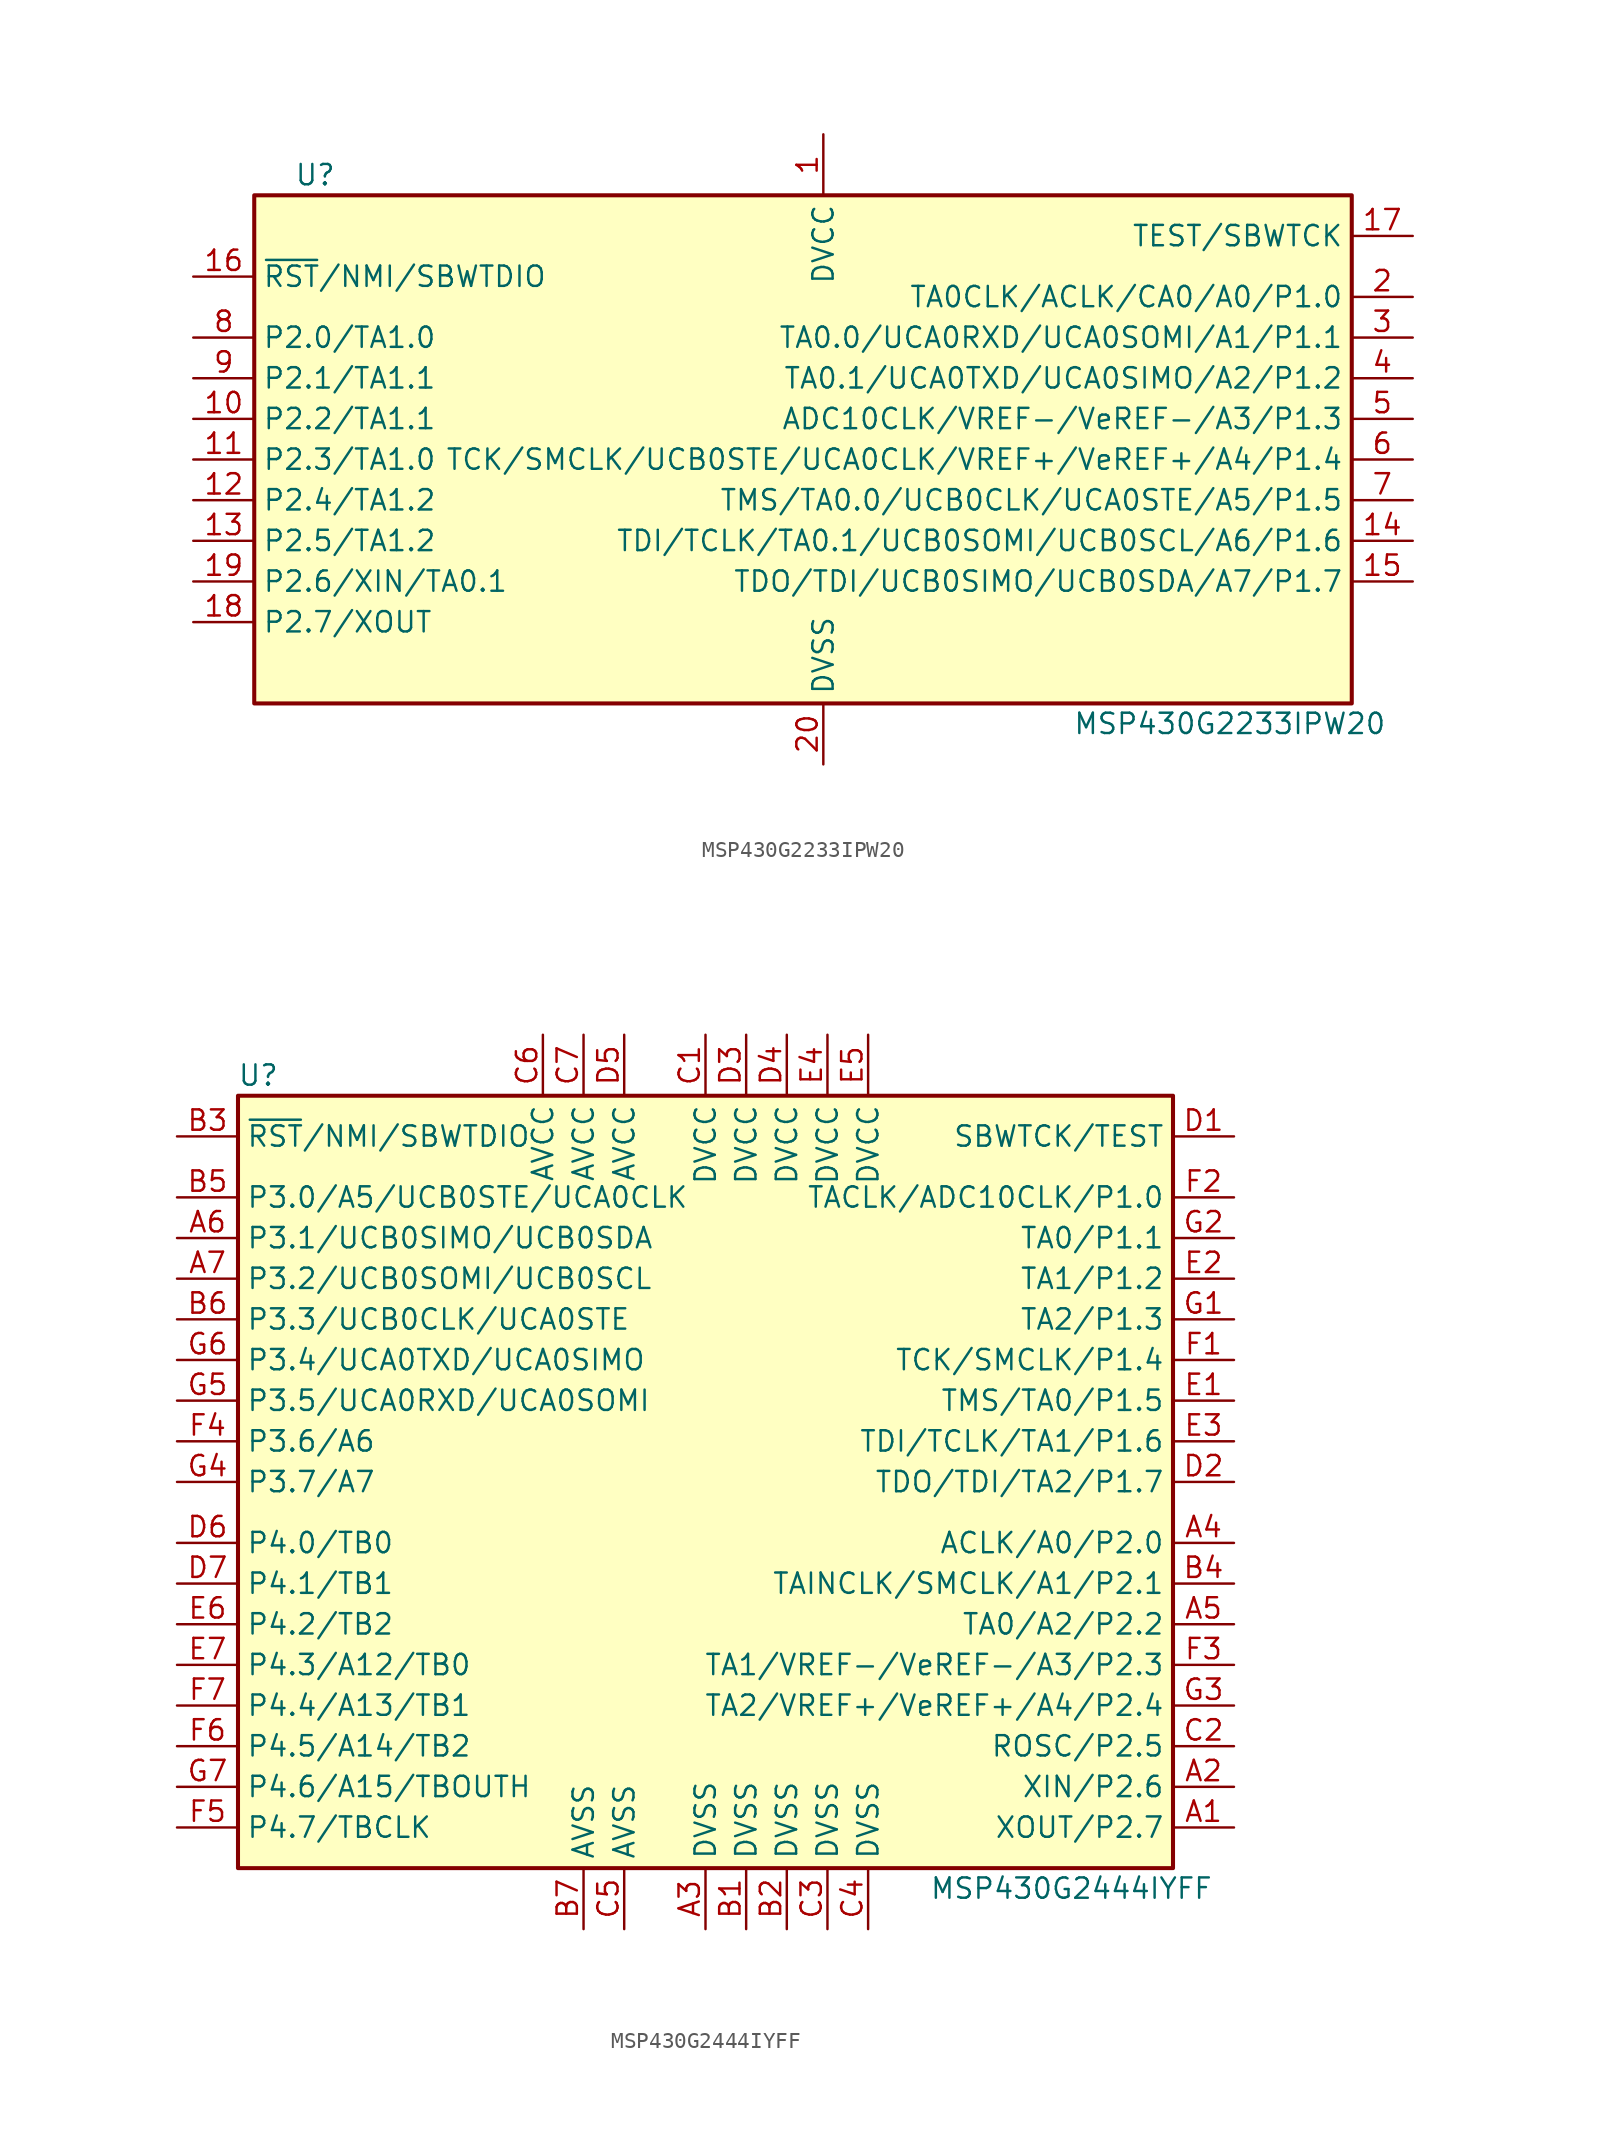
<source format=kicad_sym>
(kicad_symbol_lib
  (version 20241209)
  (generator "kicad_symbol_editor")
  (generator_version "9.0")
  (symbol "MSP430G2233IPW20"
    (property "Reference" "U"
      (at -30.48 17.78 0)
      (effects (font (size 1.27 1.27))))
    (property "Value" "MSP430G2233IPW20"
      (at 26.67 -16.51 0)
      (effects (font (size 1.27 1.27))))
    (symbol "MSP430G2233IPW20_0_1"
      (rectangle (start -34.29 16.51) (end 34.29 -15.24) (stroke (width 0.254) (type default)) (fill (type background))))
    (symbol "MSP430G2233IPW20_1_1"
      (pin input line (at -38.1 11.43 0) (length 3.81) (name "~{RST}/NMI/SBWTDIO" (effects (font (size 1.27 1.27)))) (number "16" (effects (font (size 1.27 1.27)))))
      (pin bidirectional line (at -38.1 7.62 0) (length 3.81) (name "P2.0/TA1.0" (effects (font (size 1.27 1.27)))) (number "8" (effects (font (size 1.27 1.27)))))
      (pin bidirectional line (at -38.1 5.08 0) (length 3.81) (name "P2.1/TA1.1" (effects (font (size 1.27 1.27)))) (number "9" (effects (font (size 1.27 1.27)))))
      (pin bidirectional line (at -38.1 2.54 0) (length 3.81) (name "P2.2/TA1.1" (effects (font (size 1.27 1.27)))) (number "10" (effects (font (size 1.27 1.27)))))
      (pin bidirectional line (at -38.1 0 0) (length 3.81) (name "P2.3/TA1.0" (effects (font (size 1.27 1.27)))) (number "11" (effects (font (size 1.27 1.27)))))
      (pin bidirectional line (at -38.1 -2.54 0) (length 3.81) (name "P2.4/TA1.2" (effects (font (size 1.27 1.27)))) (number "12" (effects (font (size 1.27 1.27)))))
      (pin bidirectional line (at -38.1 -5.08 0) (length 3.81) (name "P2.5/TA1.2" (effects (font (size 1.27 1.27)))) (number "13" (effects (font (size 1.27 1.27)))))
      (pin bidirectional line (at -38.1 -7.62 0) (length 3.81) (name "P2.6/XIN/TA0.1" (effects (font (size 1.27 1.27)))) (number "19" (effects (font (size 1.27 1.27)))))
      (pin bidirectional line (at -38.1 -10.16 0) (length 3.81) (name "P2.7/XOUT" (effects (font (size 1.27 1.27)))) (number "18" (effects (font (size 1.27 1.27)))))
      (pin power_in line (at 1.27 20.32 270) (length 3.81) (name "DVCC" (effects (font (size 1.27 1.27)))) (number "1" (effects (font (size 1.27 1.27)))))
      (pin power_in line (at 1.27 -19.05 90) (length 3.81) (name "DVSS" (effects (font (size 1.27 1.27)))) (number "20" (effects (font (size 1.27 1.27)))))
      (pin input line (at 38.1 13.97 180) (length 3.81) (name "TEST/SBWTCK" (effects (font (size 1.27 1.27)))) (number "17" (effects (font (size 1.27 1.27)))))
      (pin bidirectional line (at 38.1 10.16 180) (length 3.81) (name "TA0CLK/ACLK/CA0/A0/P1.0" (effects (font (size 1.27 1.27)))) (number "2" (effects (font (size 1.27 1.27)))))
      (pin bidirectional line (at 38.1 7.62 180) (length 3.81) (name "TA0.0/UCA0RXD/UCA0SOMI/A1/P1.1" (effects (font (size 1.27 1.27)))) (number "3" (effects (font (size 1.27 1.27)))))
      (pin bidirectional line (at 38.1 5.08 180) (length 3.81) (name "TA0.1/UCA0TXD/UCA0SIMO/A2/P1.2" (effects (font (size 1.27 1.27)))) (number "4" (effects (font (size 1.27 1.27)))))
      (pin bidirectional line (at 38.1 2.54 180) (length 3.81) (name "ADC10CLK/VREF-/VeREF-/A3/P1.3" (effects (font (size 1.27 1.27)))) (number "5" (effects (font (size 1.27 1.27)))))
      (pin bidirectional line (at 38.1 0 180) (length 3.81) (name "TCK/SMCLK/UCB0STE/UCA0CLK/VREF+/VeREF+/A4/P1.4" (effects (font (size 1.27 1.27)))) (number "6" (effects (font (size 1.27 1.27)))))
      (pin bidirectional line (at 38.1 -2.54 180) (length 3.81) (name "TMS/TA0.0/UCB0CLK/UCA0STE/A5/P1.5" (effects (font (size 1.27 1.27)))) (number "7" (effects (font (size 1.27 1.27)))))
      (pin bidirectional line (at 38.1 -5.08 180) (length 3.81) (name "TDI/TCLK/TA0.1/UCB0SOMI/UCB0SCL/A6/P1.6" (effects (font (size 1.27 1.27)))) (number "14" (effects (font (size 1.27 1.27)))))
      (pin bidirectional line (at 38.1 -7.62 180) (length 3.81) (name "TDO/TDI/UCB0SIMO/UCB0SDA/A7/P1.7" (effects (font (size 1.27 1.27)))) (number "15" (effects (font (size 1.27 1.27)))))))
  (symbol "MSP430G2444IYFF"
    (property "Reference" "U"
      (at -27.94 25.4 0)
      (effects (font (size 1.27 1.27))))
    (property "Value" "MSP430G2444IYFF"
      (at 22.86 -25.4 0)
      (effects (font (size 1.27 1.27))))
    (symbol "MSP430G2444IYFF_0_1"
      (rectangle (start -29.21 24.13) (end 29.21 -24.13) (stroke (width 0.254) (type default)) (fill (type background))))
    (symbol "MSP430G2444IYFF_1_1"
      (pin input line (at -33.02 21.59 0) (length 3.81) (name "~{RST}/NMI/SBWTDIO" (effects (font (size 1.27 1.27)))) (number "B3" (effects (font (size 1.27 1.27)))))
      (pin bidirectional line (at -33.02 17.78 0) (length 3.81) (name "P3.0/A5/UCB0STE/UCA0CLK" (effects (font (size 1.27 1.27)))) (number "B5" (effects (font (size 1.27 1.27)))))
      (pin bidirectional line (at -33.02 15.24 0) (length 3.81) (name "P3.1/UCB0SIMO/UCB0SDA" (effects (font (size 1.27 1.27)))) (number "A6" (effects (font (size 1.27 1.27)))))
      (pin bidirectional line (at -33.02 12.7 0) (length 3.81) (name "P3.2/UCB0SOMI/UCB0SCL" (effects (font (size 1.27 1.27)))) (number "A7" (effects (font (size 1.27 1.27)))))
      (pin bidirectional line (at -33.02 10.16 0) (length 3.81) (name "P3.3/UCB0CLK/UCA0STE" (effects (font (size 1.27 1.27)))) (number "B6" (effects (font (size 1.27 1.27)))))
      (pin bidirectional line (at -33.02 7.62 0) (length 3.81) (name "P3.4/UCA0TXD/UCA0SIMO" (effects (font (size 1.27 1.27)))) (number "G6" (effects (font (size 1.27 1.27)))))
      (pin bidirectional line (at -33.02 5.08 0) (length 3.81) (name "P3.5/UCA0RXD/UCA0SOMI" (effects (font (size 1.27 1.27)))) (number "G5" (effects (font (size 1.27 1.27)))))
      (pin bidirectional line (at -33.02 2.54 0) (length 3.81) (name "P3.6/A6" (effects (font (size 1.27 1.27)))) (number "F4" (effects (font (size 1.27 1.27)))))
      (pin bidirectional line (at -33.02 0 0) (length 3.81) (name "P3.7/A7" (effects (font (size 1.27 1.27)))) (number "G4" (effects (font (size 1.27 1.27)))))
      (pin bidirectional line (at -33.02 -3.81 0) (length 3.81) (name "P4.0/TB0" (effects (font (size 1.27 1.27)))) (number "D6" (effects (font (size 1.27 1.27)))))
      (pin bidirectional line (at -33.02 -6.35 0) (length 3.81) (name "P4.1/TB1" (effects (font (size 1.27 1.27)))) (number "D7" (effects (font (size 1.27 1.27)))))
      (pin bidirectional line (at -33.02 -8.89 0) (length 3.81) (name "P4.2/TB2" (effects (font (size 1.27 1.27)))) (number "E6" (effects (font (size 1.27 1.27)))))
      (pin bidirectional line (at -33.02 -11.43 0) (length 3.81) (name "P4.3/A12/TB0" (effects (font (size 1.27 1.27)))) (number "E7" (effects (font (size 1.27 1.27)))))
      (pin bidirectional line (at -33.02 -13.97 0) (length 3.81) (name "P4.4/A13/TB1" (effects (font (size 1.27 1.27)))) (number "F7" (effects (font (size 1.27 1.27)))))
      (pin bidirectional line (at -33.02 -16.51 0) (length 3.81) (name "P4.5/A14/TB2" (effects (font (size 1.27 1.27)))) (number "F6" (effects (font (size 1.27 1.27)))))
      (pin bidirectional line (at -33.02 -19.05 0) (length 3.81) (name "P4.6/A15/TBOUTH" (effects (font (size 1.27 1.27)))) (number "G7" (effects (font (size 1.27 1.27)))))
      (pin bidirectional line (at -33.02 -21.59 0) (length 3.81) (name "P4.7/TBCLK" (effects (font (size 1.27 1.27)))) (number "F5" (effects (font (size 1.27 1.27)))))
      (pin power_in line (at -10.16 27.94 270) (length 3.81) (name "AVCC" (effects (font (size 1.27 1.27)))) (number "C6" (effects (font (size 1.27 1.27)))))
      (pin power_in line (at -7.62 27.94 270) (length 3.81) (name "AVCC" (effects (font (size 1.27 1.27)))) (number "C7" (effects (font (size 1.27 1.27)))))
      (pin power_in line (at -7.62 -27.94 90) (length 3.81) (name "AVSS" (effects (font (size 1.27 1.27)))) (number "B7" (effects (font (size 1.27 1.27)))))
      (pin power_in line (at -5.08 27.94 270) (length 3.81) (name "AVCC" (effects (font (size 1.27 1.27)))) (number "D5" (effects (font (size 1.27 1.27)))))
      (pin power_in line (at -5.08 -27.94 90) (length 3.81) (name "AVSS" (effects (font (size 1.27 1.27)))) (number "C5" (effects (font (size 1.27 1.27)))))
      (pin power_in line (at 0 27.94 270) (length 3.81) (name "DVCC" (effects (font (size 1.27 1.27)))) (number "C1" (effects (font (size 1.27 1.27)))))
      (pin power_in line (at 0 -27.94 90) (length 3.81) (name "DVSS" (effects (font (size 1.27 1.27)))) (number "A3" (effects (font (size 1.27 1.27)))))
      (pin power_in line (at 2.54 27.94 270) (length 3.81) (name "DVCC" (effects (font (size 1.27 1.27)))) (number "D3" (effects (font (size 1.27 1.27)))))
      (pin power_in line (at 2.54 -27.94 90) (length 3.81) (name "DVSS" (effects (font (size 1.27 1.27)))) (number "B1" (effects (font (size 1.27 1.27)))))
      (pin power_in line (at 5.08 27.94 270) (length 3.81) (name "DVCC" (effects (font (size 1.27 1.27)))) (number "D4" (effects (font (size 1.27 1.27)))))
      (pin power_in line (at 5.08 -27.94 90) (length 3.81) (name "DVSS" (effects (font (size 1.27 1.27)))) (number "B2" (effects (font (size 1.27 1.27)))))
      (pin power_in line (at 7.62 27.94 270) (length 3.81) (name "DVCC" (effects (font (size 1.27 1.27)))) (number "E4" (effects (font (size 1.27 1.27)))))
      (pin power_in line (at 7.62 -27.94 90) (length 3.81) (name "DVSS" (effects (font (size 1.27 1.27)))) (number "C3" (effects (font (size 1.27 1.27)))))
      (pin power_in line (at 10.16 27.94 270) (length 3.81) (name "DVCC" (effects (font (size 1.27 1.27)))) (number "E5" (effects (font (size 1.27 1.27)))))
      (pin power_in line (at 10.16 -27.94 90) (length 3.81) (name "DVSS" (effects (font (size 1.27 1.27)))) (number "C4" (effects (font (size 1.27 1.27)))))
      (pin input line (at 33.02 21.59 180) (length 3.81) (name "SBWTCK/TEST" (effects (font (size 1.27 1.27)))) (number "D1" (effects (font (size 1.27 1.27)))))
      (pin bidirectional line (at 33.02 17.78 180) (length 3.81) (name "TACLK/ADC10CLK/P1.0" (effects (font (size 1.27 1.27)))) (number "F2" (effects (font (size 1.27 1.27)))))
      (pin bidirectional line (at 33.02 15.24 180) (length 3.81) (name "TA0/P1.1" (effects (font (size 1.27 1.27)))) (number "G2" (effects (font (size 1.27 1.27)))))
      (pin bidirectional line (at 33.02 12.7 180) (length 3.81) (name "TA1/P1.2" (effects (font (size 1.27 1.27)))) (number "E2" (effects (font (size 1.27 1.27)))))
      (pin bidirectional line (at 33.02 10.16 180) (length 3.81) (name "TA2/P1.3" (effects (font (size 1.27 1.27)))) (number "G1" (effects (font (size 1.27 1.27)))))
      (pin bidirectional line (at 33.02 7.62 180) (length 3.81) (name "TCK/SMCLK/P1.4" (effects (font (size 1.27 1.27)))) (number "F1" (effects (font (size 1.27 1.27)))))
      (pin bidirectional line (at 33.02 5.08 180) (length 3.81) (name "TMS/TA0/P1.5" (effects (font (size 1.27 1.27)))) (number "E1" (effects (font (size 1.27 1.27)))))
      (pin bidirectional line (at 33.02 2.54 180) (length 3.81) (name "TDI/TCLK/TA1/P1.6" (effects (font (size 1.27 1.27)))) (number "E3" (effects (font (size 1.27 1.27)))))
      (pin bidirectional line (at 33.02 0 180) (length 3.81) (name "TDO/TDI/TA2/P1.7" (effects (font (size 1.27 1.27)))) (number "D2" (effects (font (size 1.27 1.27)))))
      (pin bidirectional line (at 33.02 -3.81 180) (length 3.81) (name "ACLK/A0/P2.0" (effects (font (size 1.27 1.27)))) (number "A4" (effects (font (size 1.27 1.27)))))
      (pin bidirectional line (at 33.02 -6.35 180) (length 3.81) (name "TAINCLK/SMCLK/A1/P2.1" (effects (font (size 1.27 1.27)))) (number "B4" (effects (font (size 1.27 1.27)))))
      (pin bidirectional line (at 33.02 -8.89 180) (length 3.81) (name "TA0/A2/P2.2" (effects (font (size 1.27 1.27)))) (number "A5" (effects (font (size 1.27 1.27)))))
      (pin bidirectional line (at 33.02 -11.43 180) (length 3.81) (name "TA1/VREF-/VeREF-/A3/P2.3" (effects (font (size 1.27 1.27)))) (number "F3" (effects (font (size 1.27 1.27)))))
      (pin bidirectional line (at 33.02 -13.97 180) (length 3.81) (name "TA2/VREF+/VeREF+/A4/P2.4" (effects (font (size 1.27 1.27)))) (number "G3" (effects (font (size 1.27 1.27)))))
      (pin bidirectional line (at 33.02 -16.51 180) (length 3.81) (name "ROSC/P2.5" (effects (font (size 1.27 1.27)))) (number "C2" (effects (font (size 1.27 1.27)))))
      (pin bidirectional line (at 33.02 -19.05 180) (length 3.81) (name "XIN/P2.6" (effects (font (size 1.27 1.27)))) (number "A2" (effects (font (size 1.27 1.27)))))
      (pin bidirectional line (at 33.02 -21.59 180) (length 3.81) (name "XOUT/P2.7" (effects (font (size 1.27 1.27)))) (number "A1" (effects (font (size 1.27 1.27))))))))
</source>
